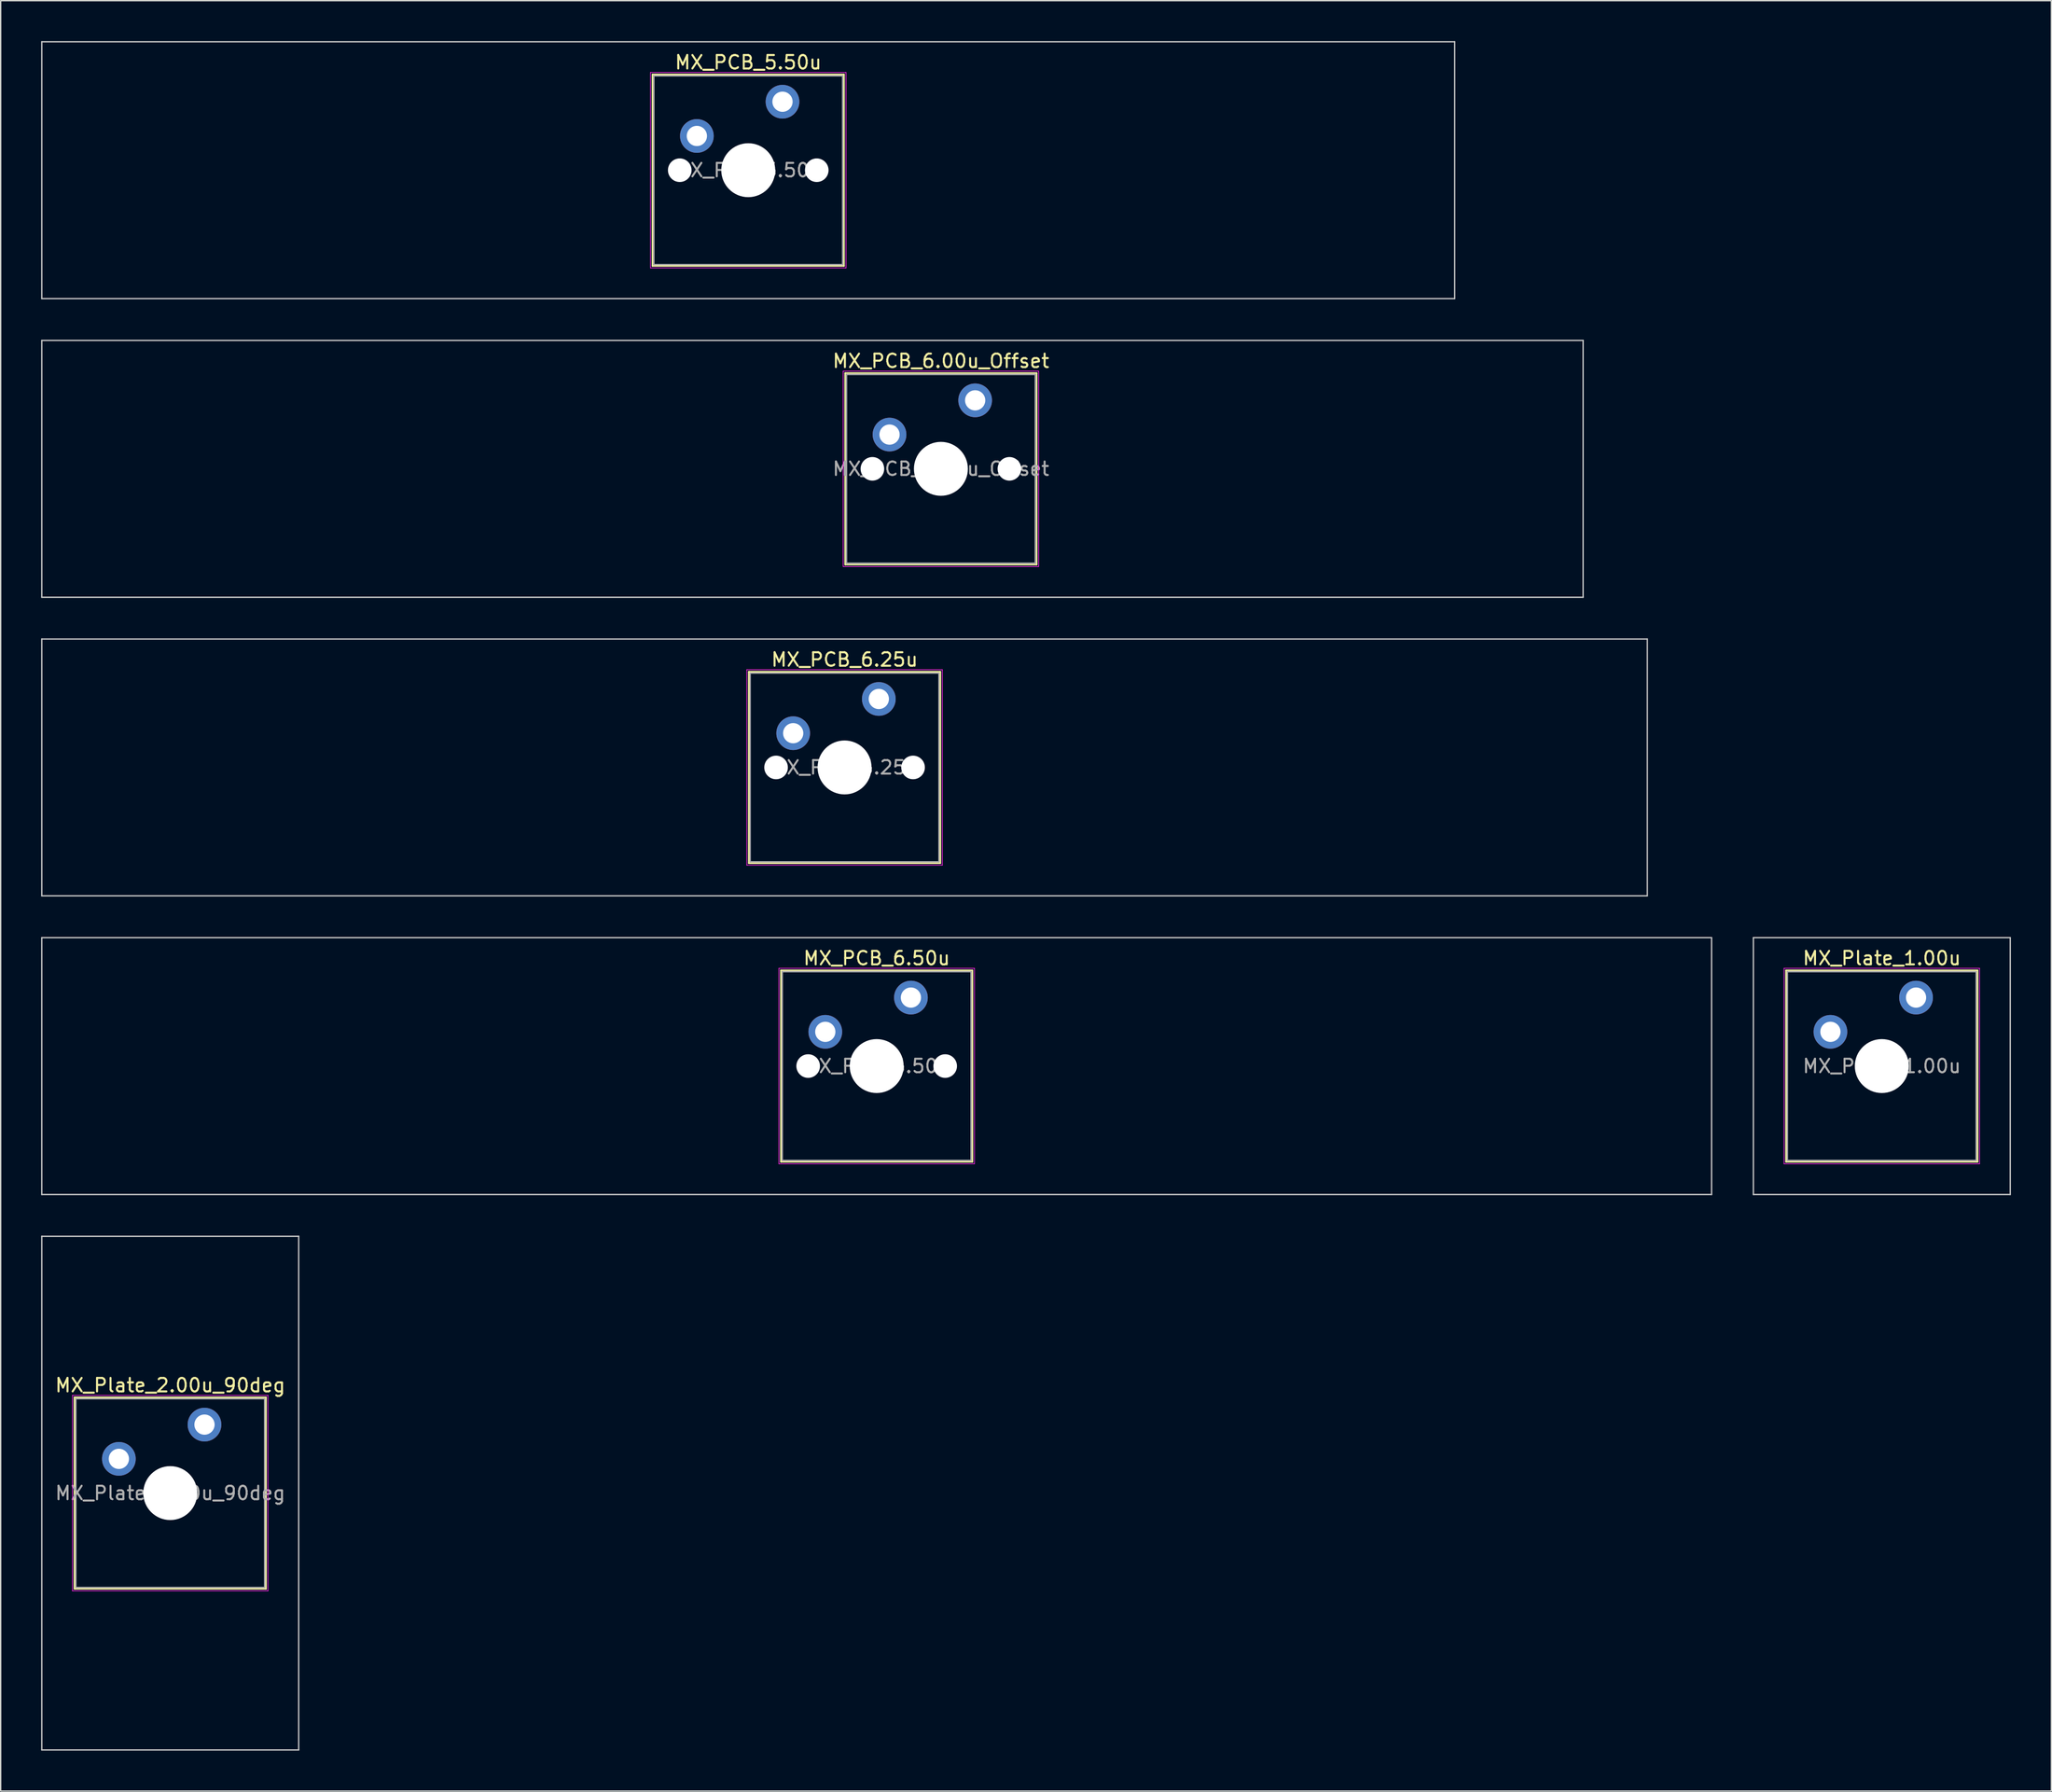
<source format=kicad_pcb>
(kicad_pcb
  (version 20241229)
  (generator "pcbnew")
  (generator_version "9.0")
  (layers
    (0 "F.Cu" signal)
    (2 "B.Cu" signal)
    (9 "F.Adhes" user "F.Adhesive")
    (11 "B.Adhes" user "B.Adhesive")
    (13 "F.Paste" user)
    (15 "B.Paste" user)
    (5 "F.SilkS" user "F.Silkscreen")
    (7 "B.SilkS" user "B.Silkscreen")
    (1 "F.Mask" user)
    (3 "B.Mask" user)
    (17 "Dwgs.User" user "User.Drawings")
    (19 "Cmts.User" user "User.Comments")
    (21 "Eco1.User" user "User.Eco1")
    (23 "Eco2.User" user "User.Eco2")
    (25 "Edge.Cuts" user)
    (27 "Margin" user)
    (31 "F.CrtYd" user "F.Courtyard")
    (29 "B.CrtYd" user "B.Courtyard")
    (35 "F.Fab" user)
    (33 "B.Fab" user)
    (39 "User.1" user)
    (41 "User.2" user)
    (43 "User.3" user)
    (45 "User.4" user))
  (footprint "MX_PCB_6.50u"
    (layer "F.Cu")
    (at 61.962 76.025)
    (property "Reference" "MX_PCB_6.50u" (at 0 -8 0) (layer "F.SilkS") (effects (font (size 1 1) (thickness 0.15))))
    (attr through_hole)
    (fp_line (start -7.1 -7.1) (end -7.1 7.1) (stroke (width 0.12) (type solid)) (layer "F.SilkS"))
    (fp_line (start -7.1 7.1) (end 7.1 7.1) (stroke (width 0.12) (type solid)) (layer "F.SilkS"))
    (fp_line (start 7.1 -7.1) (end -7.1 -7.1) (stroke (width 0.12) (type solid)) (layer "F.SilkS"))
    (fp_line (start 7.1 7.1) (end 7.1 -7.1) (stroke (width 0.12) (type solid)) (layer "F.SilkS"))
    (fp_line (start -61.913 -9.525) (end -61.913 9.525) (stroke (width 0.1) (type solid)) (layer "Dwgs.User"))
    (fp_line (start -61.913 9.525) (end 61.913 9.525) (stroke (width 0.1) (type solid)) (layer "Dwgs.User"))
    (fp_line (start 61.913 -9.525) (end -61.913 -9.525) (stroke (width 0.1) (type solid)) (layer "Dwgs.User"))
    (fp_line (start 61.913 9.525) (end 61.913 -9.525) (stroke (width 0.1) (type solid)) (layer "Dwgs.User"))
    (fp_line (start -7 -7) (end -7 7) (stroke (width 0.1) (type solid)) (layer "Eco1.User"))
    (fp_line (start -7 7) (end 7 7) (stroke (width 0.1) (type solid)) (layer "Eco1.User"))
    (fp_line (start 7 -7) (end -7 -7) (stroke (width 0.1) (type solid)) (layer "Eco1.User"))
    (fp_line (start 7 7) (end 7 -7) (stroke (width 0.1) (type solid)) (layer "Eco1.User"))
    (fp_line (start -7.25 -7.25) (end -7.25 7.25) (stroke (width 0.05) (type solid)) (layer "F.CrtYd"))
    (fp_line (start -7.25 7.25) (end 7.25 7.25) (stroke (width 0.05) (type solid)) (layer "F.CrtYd"))
    (fp_line (start 7.25 -7.25) (end -7.25 -7.25) (stroke (width 0.05) (type solid)) (layer "F.CrtYd"))
    (fp_line (start 7.25 7.25) (end 7.25 -7.25) (stroke (width 0.05) (type solid)) (layer "F.CrtYd"))
    (fp_line (start -7 -7) (end -7 7) (stroke (width 0.1) (type solid)) (layer "F.Fab"))
    (fp_line (start -7 7) (end 7 7) (stroke (width 0.1) (type solid)) (layer "F.Fab"))
    (fp_line (start 7 -7) (end -7 -7) (stroke (width 0.1) (type solid)) (layer "F.Fab"))
    (fp_line (start 7 7) (end 7 -7) (stroke (width 0.1) (type solid)) (layer "F.Fab"))
    (fp_text user "${REFERENCE}" (at 0 0 0) (layer "F.Fab") (effects (font (size 1 1) (thickness 0.15))))
    (pad "" np_thru_hole circle (at -5.08 0) (size 1.75 1.75) (drill 1.75) (layers "*.Cu" "*.Mask"))
    (pad "" np_thru_hole circle (at 0 0) (size 4 4) (drill 4) (layers "*.Cu" "*.Mask"))
    (pad "" np_thru_hole circle (at 5.08 0) (size 1.75 1.75) (drill 1.75) (layers "*.Cu" "*.Mask"))
    (pad "1" thru_hole circle (at -3.81 -2.54) (size 2.5 2.5) (drill 1.5) (layers "*.Cu" "*.Mask"))
    (pad "2" thru_hole circle (at 2.54 -5.08) (size 2.5 2.5) (drill 1.5) (layers "*.Cu" "*.Mask")))
  (footprint "MX_PCB_6.25u"
    (layer "F.Cu")
    (at 59.581 53.875)
    (property "Reference" "MX_PCB_6.25u" (at 0 -8 0) (layer "F.SilkS") (effects (font (size 1 1) (thickness 0.15))))
    (attr through_hole)
    (fp_line (start -7.1 -7.1) (end -7.1 7.1) (stroke (width 0.12) (type solid)) (layer "F.SilkS"))
    (fp_line (start -7.1 7.1) (end 7.1 7.1) (stroke (width 0.12) (type solid)) (layer "F.SilkS"))
    (fp_line (start 7.1 -7.1) (end -7.1 -7.1) (stroke (width 0.12) (type solid)) (layer "F.SilkS"))
    (fp_line (start 7.1 7.1) (end 7.1 -7.1) (stroke (width 0.12) (type solid)) (layer "F.SilkS"))
    (fp_line (start -59.531 -9.525) (end -59.531 9.525) (stroke (width 0.1) (type solid)) (layer "Dwgs.User"))
    (fp_line (start -59.531 9.525) (end 59.531 9.525) (stroke (width 0.1) (type solid)) (layer "Dwgs.User"))
    (fp_line (start 59.531 -9.525) (end -59.531 -9.525) (stroke (width 0.1) (type solid)) (layer "Dwgs.User"))
    (fp_line (start 59.531 9.525) (end 59.531 -9.525) (stroke (width 0.1) (type solid)) (layer "Dwgs.User"))
    (fp_line (start -7 -7) (end -7 7) (stroke (width 0.1) (type solid)) (layer "Eco1.User"))
    (fp_line (start -7 7) (end 7 7) (stroke (width 0.1) (type solid)) (layer "Eco1.User"))
    (fp_line (start 7 -7) (end -7 -7) (stroke (width 0.1) (type solid)) (layer "Eco1.User"))
    (fp_line (start 7 7) (end 7 -7) (stroke (width 0.1) (type solid)) (layer "Eco1.User"))
    (fp_line (start -7.25 -7.25) (end -7.25 7.25) (stroke (width 0.05) (type solid)) (layer "F.CrtYd"))
    (fp_line (start -7.25 7.25) (end 7.25 7.25) (stroke (width 0.05) (type solid)) (layer "F.CrtYd"))
    (fp_line (start 7.25 -7.25) (end -7.25 -7.25) (stroke (width 0.05) (type solid)) (layer "F.CrtYd"))
    (fp_line (start 7.25 7.25) (end 7.25 -7.25) (stroke (width 0.05) (type solid)) (layer "F.CrtYd"))
    (fp_line (start -7 -7) (end -7 7) (stroke (width 0.1) (type solid)) (layer "F.Fab"))
    (fp_line (start -7 7) (end 7 7) (stroke (width 0.1) (type solid)) (layer "F.Fab"))
    (fp_line (start 7 -7) (end -7 -7) (stroke (width 0.1) (type solid)) (layer "F.Fab"))
    (fp_line (start 7 7) (end 7 -7) (stroke (width 0.1) (type solid)) (layer "F.Fab"))
    (fp_text user "${REFERENCE}" (at 0 0 0) (layer "F.Fab") (effects (font (size 1 1) (thickness 0.15))))
    (pad "" np_thru_hole circle (at -5.08 0) (size 1.75 1.75) (drill 1.75) (layers "*.Cu" "*.Mask"))
    (pad "" np_thru_hole circle (at 0 0) (size 4 4) (drill 4) (layers "*.Cu" "*.Mask"))
    (pad "" np_thru_hole circle (at 5.08 0) (size 1.75 1.75) (drill 1.75) (layers "*.Cu" "*.Mask"))
    (pad "1" thru_hole circle (at -3.81 -2.54) (size 2.5 2.5) (drill 1.5) (layers "*.Cu" "*.Mask"))
    (pad "2" thru_hole circle (at 2.54 -5.08) (size 2.5 2.5) (drill 1.5) (layers "*.Cu" "*.Mask")))
  (footprint "MX_PCB_5.50u"
    (layer "F.Cu")
    (at 52.438 9.575)
    (property "Reference" "MX_PCB_5.50u" (at 0 -8 0) (layer "F.SilkS") (effects (font (size 1 1) (thickness 0.15))))
    (attr through_hole)
    (fp_line (start -7.1 -7.1) (end -7.1 7.1) (stroke (width 0.12) (type solid)) (layer "F.SilkS"))
    (fp_line (start -7.1 7.1) (end 7.1 7.1) (stroke (width 0.12) (type solid)) (layer "F.SilkS"))
    (fp_line (start 7.1 -7.1) (end -7.1 -7.1) (stroke (width 0.12) (type solid)) (layer "F.SilkS"))
    (fp_line (start 7.1 7.1) (end 7.1 -7.1) (stroke (width 0.12) (type solid)) (layer "F.SilkS"))
    (fp_line (start -52.388 -9.525) (end -52.388 9.525) (stroke (width 0.1) (type solid)) (layer "Dwgs.User"))
    (fp_line (start -52.388 9.525) (end 52.388 9.525) (stroke (width 0.1) (type solid)) (layer "Dwgs.User"))
    (fp_line (start 52.388 -9.525) (end -52.388 -9.525) (stroke (width 0.1) (type solid)) (layer "Dwgs.User"))
    (fp_line (start 52.388 9.525) (end 52.388 -9.525) (stroke (width 0.1) (type solid)) (layer "Dwgs.User"))
    (fp_line (start -7 -7) (end -7 7) (stroke (width 0.1) (type solid)) (layer "Eco1.User"))
    (fp_line (start -7 7) (end 7 7) (stroke (width 0.1) (type solid)) (layer "Eco1.User"))
    (fp_line (start 7 -7) (end -7 -7) (stroke (width 0.1) (type solid)) (layer "Eco1.User"))
    (fp_line (start 7 7) (end 7 -7) (stroke (width 0.1) (type solid)) (layer "Eco1.User"))
    (fp_line (start -7.25 -7.25) (end -7.25 7.25) (stroke (width 0.05) (type solid)) (layer "F.CrtYd"))
    (fp_line (start -7.25 7.25) (end 7.25 7.25) (stroke (width 0.05) (type solid)) (layer "F.CrtYd"))
    (fp_line (start 7.25 -7.25) (end -7.25 -7.25) (stroke (width 0.05) (type solid)) (layer "F.CrtYd"))
    (fp_line (start 7.25 7.25) (end 7.25 -7.25) (stroke (width 0.05) (type solid)) (layer "F.CrtYd"))
    (fp_line (start -7 -7) (end -7 7) (stroke (width 0.1) (type solid)) (layer "F.Fab"))
    (fp_line (start -7 7) (end 7 7) (stroke (width 0.1) (type solid)) (layer "F.Fab"))
    (fp_line (start 7 -7) (end -7 -7) (stroke (width 0.1) (type solid)) (layer "F.Fab"))
    (fp_line (start 7 7) (end 7 -7) (stroke (width 0.1) (type solid)) (layer "F.Fab"))
    (fp_text user "${REFERENCE}" (at 0 0 0) (layer "F.Fab") (effects (font (size 1 1) (thickness 0.15))))
    (pad "" np_thru_hole circle (at -5.08 0) (size 1.75 1.75) (drill 1.75) (layers "*.Cu" "*.Mask"))
    (pad "" np_thru_hole circle (at 0 0) (size 4 4) (drill 4) (layers "*.Cu" "*.Mask"))
    (pad "" np_thru_hole circle (at 5.08 0) (size 1.75 1.75) (drill 1.75) (layers "*.Cu" "*.Mask"))
    (pad "1" thru_hole circle (at -3.81 -2.54) (size 2.5 2.5) (drill 1.5) (layers "*.Cu" "*.Mask"))
    (pad "2" thru_hole circle (at 2.54 -5.08) (size 2.5 2.5) (drill 1.5) (layers "*.Cu" "*.Mask")))
  (footprint "MX_PCB_6.00u_Offset"
    (layer "F.Cu")
    (at 66.725 31.725)
    (property "Reference" "MX_PCB_6.00u_Offset" (at 0 -8 0) (layer "F.SilkS") (effects (font (size 1 1) (thickness 0.15))))
    (attr through_hole)
    (fp_line (start -7.1 -7.1) (end -7.1 7.1) (stroke (width 0.12) (type solid)) (layer "F.SilkS"))
    (fp_line (start -7.1 7.1) (end 7.1 7.1) (stroke (width 0.12) (type solid)) (layer "F.SilkS"))
    (fp_line (start 7.1 -7.1) (end -7.1 -7.1) (stroke (width 0.12) (type solid)) (layer "F.SilkS"))
    (fp_line (start 7.1 7.1) (end 7.1 -7.1) (stroke (width 0.12) (type solid)) (layer "F.SilkS"))
    (fp_line (start -66.675 -9.525) (end -66.675 9.525) (stroke (width 0.1) (type solid)) (layer "Dwgs.User"))
    (fp_line (start -66.675 9.525) (end 47.625 9.525) (stroke (width 0.1) (type solid)) (layer "Dwgs.User"))
    (fp_line (start 47.625 -9.525) (end -66.675 -9.525) (stroke (width 0.1) (type solid)) (layer "Dwgs.User"))
    (fp_line (start 47.625 9.525) (end 47.625 -9.525) (stroke (width 0.1) (type solid)) (layer "Dwgs.User"))
    (fp_line (start -7 -7) (end -7 7) (stroke (width 0.1) (type solid)) (layer "Eco1.User"))
    (fp_line (start -7 7) (end 7 7) (stroke (width 0.1) (type solid)) (layer "Eco1.User"))
    (fp_line (start 7 -7) (end -7 -7) (stroke (width 0.1) (type solid)) (layer "Eco1.User"))
    (fp_line (start 7 7) (end 7 -7) (stroke (width 0.1) (type solid)) (layer "Eco1.User"))
    (fp_line (start -7.25 -7.25) (end -7.25 7.25) (stroke (width 0.05) (type solid)) (layer "F.CrtYd"))
    (fp_line (start -7.25 7.25) (end 7.25 7.25) (stroke (width 0.05) (type solid)) (layer "F.CrtYd"))
    (fp_line (start 7.25 -7.25) (end -7.25 -7.25) (stroke (width 0.05) (type solid)) (layer "F.CrtYd"))
    (fp_line (start 7.25 7.25) (end 7.25 -7.25) (stroke (width 0.05) (type solid)) (layer "F.CrtYd"))
    (fp_line (start -7 -7) (end -7 7) (stroke (width 0.1) (type solid)) (layer "F.Fab"))
    (fp_line (start -7 7) (end 7 7) (stroke (width 0.1) (type solid)) (layer "F.Fab"))
    (fp_line (start 7 -7) (end -7 -7) (stroke (width 0.1) (type solid)) (layer "F.Fab"))
    (fp_line (start 7 7) (end 7 -7) (stroke (width 0.1) (type solid)) (layer "F.Fab"))
    (fp_text user "${REFERENCE}" (at 0 0 0) (layer "F.Fab") (effects (font (size 1 1) (thickness 0.15))))
    (pad "" np_thru_hole circle (at -5.08 0) (size 1.75 1.75) (drill 1.75) (layers "*.Cu" "*.Mask"))
    (pad "" np_thru_hole circle (at 0 0) (size 4 4) (drill 4) (layers "*.Cu" "*.Mask"))
    (pad "" np_thru_hole circle (at 5.08 0) (size 1.75 1.75) (drill 1.75) (layers "*.Cu" "*.Mask"))
    (pad "1" thru_hole circle (at -3.81 -2.54) (size 2.5 2.5) (drill 1.5) (layers "*.Cu" "*.Mask"))
    (pad "2" thru_hole circle (at 2.54 -5.08) (size 2.5 2.5) (drill 1.5) (layers "*.Cu" "*.Mask")))
  (footprint "MX_Plate_1.00u"
    (layer "F.Cu")
    (at 136.5 76.025)
    (property "Reference" "MX_Plate_1.00u" (at 0 -8 0) (layer "F.SilkS") (effects (font (size 1 1) (thickness 0.15))))
    (attr through_hole)
    (fp_line (start -7.1 -7.1) (end -7.1 7.1) (stroke (width 0.12) (type solid)) (layer "F.SilkS"))
    (fp_line (start -7.1 7.1) (end 7.1 7.1) (stroke (width 0.12) (type solid)) (layer "F.SilkS"))
    (fp_line (start 7.1 -7.1) (end -7.1 -7.1) (stroke (width 0.12) (type solid)) (layer "F.SilkS"))
    (fp_line (start 7.1 7.1) (end 7.1 -7.1) (stroke (width 0.12) (type solid)) (layer "F.SilkS"))
    (fp_line (start -9.525 -9.525) (end -9.525 9.525) (stroke (width 0.1) (type solid)) (layer "Dwgs.User"))
    (fp_line (start -9.525 9.525) (end 9.525 9.525) (stroke (width 0.1) (type solid)) (layer "Dwgs.User"))
    (fp_line (start 9.525 -9.525) (end -9.525 -9.525) (stroke (width 0.1) (type solid)) (layer "Dwgs.User"))
    (fp_line (start 9.525 9.525) (end 9.525 -9.525) (stroke (width 0.1) (type solid)) (layer "Dwgs.User"))
    (fp_line (start -7 -7) (end -7 7) (stroke (width 0.1) (type solid)) (layer "Eco1.User"))
    (fp_line (start -7 7) (end 7 7) (stroke (width 0.1) (type solid)) (layer "Eco1.User"))
    (fp_line (start 7 -7) (end -7 -7) (stroke (width 0.1) (type solid)) (layer "Eco1.User"))
    (fp_line (start 7 7) (end 7 -7) (stroke (width 0.1) (type solid)) (layer "Eco1.User"))
    (fp_line (start -7.25 -7.25) (end -7.25 7.25) (stroke (width 0.05) (type solid)) (layer "F.CrtYd"))
    (fp_line (start -7.25 7.25) (end 7.25 7.25) (stroke (width 0.05) (type solid)) (layer "F.CrtYd"))
    (fp_line (start 7.25 -7.25) (end -7.25 -7.25) (stroke (width 0.05) (type solid)) (layer "F.CrtYd"))
    (fp_line (start 7.25 7.25) (end 7.25 -7.25) (stroke (width 0.05) (type solid)) (layer "F.CrtYd"))
    (fp_line (start -7 -7) (end -7 7) (stroke (width 0.1) (type solid)) (layer "F.Fab"))
    (fp_line (start -7 7) (end 7 7) (stroke (width 0.1) (type solid)) (layer "F.Fab"))
    (fp_line (start 7 -7) (end -7 -7) (stroke (width 0.1) (type solid)) (layer "F.Fab"))
    (fp_line (start 7 7) (end 7 -7) (stroke (width 0.1) (type solid)) (layer "F.Fab"))
    (fp_text user "${REFERENCE}" (at 0 0 0) (layer "F.Fab") (effects (font (size 1 1) (thickness 0.15))))
    (pad "" np_thru_hole circle (at 0 0) (size 4 4) (drill 4) (layers "*.Cu" "*.Mask"))
    (pad "1" thru_hole circle (at -3.81 -2.54) (size 2.5 2.5) (drill 1.5) (layers "*.Cu" "*.Mask"))
    (pad "2" thru_hole circle (at 2.54 -5.08) (size 2.5 2.5) (drill 1.5) (layers "*.Cu" "*.Mask")))
  (footprint "MX_Plate_2.00u_90deg"
    (layer "F.Cu")
    (at 9.575 107.7)
    (property "Reference" "MX_Plate_2.00u_90deg" (at 0 -8 0) (layer "F.SilkS") (effects (font (size 1 1) (thickness 0.15))))
    (attr through_hole)
    (fp_line (start -7.1 -7.1) (end -7.1 7.1) (stroke (width 0.12) (type solid)) (layer "F.SilkS"))
    (fp_line (start -7.1 7.1) (end 7.1 7.1) (stroke (width 0.12) (type solid)) (layer "F.SilkS"))
    (fp_line (start 7.1 -7.1) (end -7.1 -7.1) (stroke (width 0.12) (type solid)) (layer "F.SilkS"))
    (fp_line (start 7.1 7.1) (end 7.1 -7.1) (stroke (width 0.12) (type solid)) (layer "F.SilkS"))
    (fp_line (start -9.525 -19.05) (end 9.525 -19.05) (stroke (width 0.1) (type solid)) (layer "Dwgs.User"))
    (fp_line (start -9.525 19.05) (end -9.525 -19.05) (stroke (width 0.1) (type solid)) (layer "Dwgs.User"))
    (fp_line (start 9.525 -19.05) (end 9.525 19.05) (stroke (width 0.1) (type solid)) (layer "Dwgs.User"))
    (fp_line (start 9.525 19.05) (end -9.525 19.05) (stroke (width 0.1) (type solid)) (layer "Dwgs.User"))
    (fp_line (start -7 -7) (end -7 7) (stroke (width 0.1) (type solid)) (layer "Eco1.User"))
    (fp_line (start -7 7) (end 7 7) (stroke (width 0.1) (type solid)) (layer "Eco1.User"))
    (fp_line (start 7 -7) (end -7 -7) (stroke (width 0.1) (type solid)) (layer "Eco1.User"))
    (fp_line (start 7 7) (end 7 -7) (stroke (width 0.1) (type solid)) (layer "Eco1.User"))
    (fp_line (start -7.25 -7.25) (end -7.25 7.25) (stroke (width 0.05) (type solid)) (layer "F.CrtYd"))
    (fp_line (start -7.25 7.25) (end 7.25 7.25) (stroke (width 0.05) (type solid)) (layer "F.CrtYd"))
    (fp_line (start 7.25 -7.25) (end -7.25 -7.25) (stroke (width 0.05) (type solid)) (layer "F.CrtYd"))
    (fp_line (start 7.25 7.25) (end 7.25 -7.25) (stroke (width 0.05) (type solid)) (layer "F.CrtYd"))
    (fp_line (start -7 -7) (end -7 7) (stroke (width 0.1) (type solid)) (layer "F.Fab"))
    (fp_line (start -7 7) (end 7 7) (stroke (width 0.1) (type solid)) (layer "F.Fab"))
    (fp_line (start 7 -7) (end -7 -7) (stroke (width 0.1) (type solid)) (layer "F.Fab"))
    (fp_line (start 7 7) (end 7 -7) (stroke (width 0.1) (type solid)) (layer "F.Fab"))
    (fp_text user "${REFERENCE}" (at 0 0 0) (layer "F.Fab") (effects (font (size 1 1) (thickness 0.15))))
    (pad "" np_thru_hole circle (at 0 0) (size 4 4) (drill 4) (layers "*.Cu" "*.Mask"))
    (pad "1" thru_hole circle (at -3.81 -2.54) (size 2.5 2.5) (drill 1.5) (layers "*.Cu" "*.Mask"))
    (pad "2" thru_hole circle (at 2.54 -5.08) (size 2.5 2.5) (drill 1.5) (layers "*.Cu" "*.Mask")))
  (gr_rect
    (start -3 -3)
    (end 149.075 129.8)
    (stroke (width 0.1) (type default))
    (fill no)
    (layer "Edge.Cuts")))
</source>
